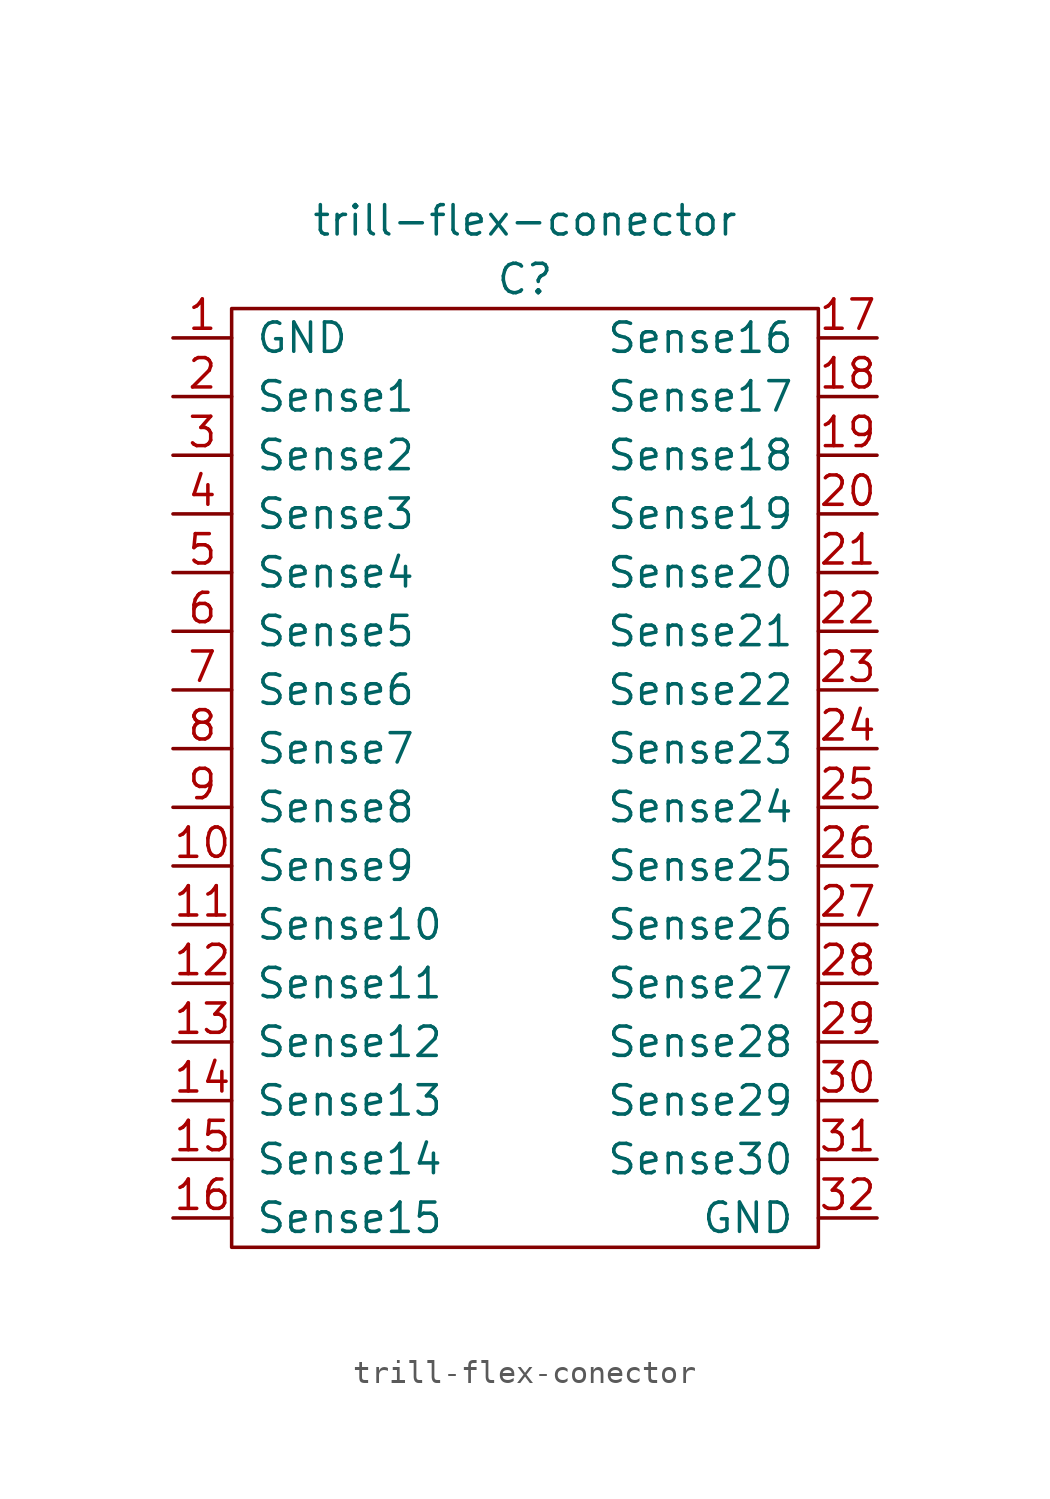
<source format=kicad_sym>
(kicad_symbol_lib
  (version 20220914)
  (generator kicad_symbol_editor)
  (symbol "trill-flex-conector"
    (pin_names
      (offset 1.016))
    (property "Reference" "C"
      (at 0 0 0)
      (effects (font (size 1.27 1.27))))
    (property "Value" "trill-flex-conector"
      (at 0 2.54 0)
      (effects (font (size 1.27 1.27))))
    (symbol "trill-flex-conector_0_1"
      (rectangle (start -12.7 -1.27) (end 12.7 -41.91) (stroke (width 0) (type solid)) (fill (type none))))
    (symbol "trill-flex-conector_1_1"
      (pin input line (at -15.24 -2.54 0) (length 2.54) (name "GND" (effects (font (size 1.27 1.27)))) (number "1" (effects (font (size 1.27 1.27)))))
      (pin input line (at -15.24 -25.4 0) (length 2.54) (name "Sense9" (effects (font (size 1.27 1.27)))) (number "10" (effects (font (size 1.27 1.27)))))
      (pin input line (at -15.24 -27.94 0) (length 2.54) (name "Sense10" (effects (font (size 1.27 1.27)))) (number "11" (effects (font (size 1.27 1.27)))))
      (pin input line (at -15.24 -30.48 0) (length 2.54) (name "Sense11" (effects (font (size 1.27 1.27)))) (number "12" (effects (font (size 1.27 1.27)))))
      (pin input line (at -15.24 -33.02 0) (length 2.54) (name "Sense12" (effects (font (size 1.27 1.27)))) (number "13" (effects (font (size 1.27 1.27)))))
      (pin input line (at -15.24 -35.56 0) (length 2.54) (name "Sense13" (effects (font (size 1.27 1.27)))) (number "14" (effects (font (size 1.27 1.27)))))
      (pin input line (at -15.24 -38.1 0) (length 2.54) (name "Sense14" (effects (font (size 1.27 1.27)))) (number "15" (effects (font (size 1.27 1.27)))))
      (pin input line (at -15.24 -40.64 0) (length 2.54) (name "Sense15" (effects (font (size 1.27 1.27)))) (number "16" (effects (font (size 1.27 1.27)))))
      (pin input line (at 15.24 -2.54 180) (length 2.54) (name "Sense16" (effects (font (size 1.27 1.27)))) (number "17" (effects (font (size 1.27 1.27)))))
      (pin input line (at 15.24 -5.08 180) (length 2.54) (name "Sense17" (effects (font (size 1.27 1.27)))) (number "18" (effects (font (size 1.27 1.27)))))
      (pin input line (at 15.24 -7.62 180) (length 2.54) (name "Sense18" (effects (font (size 1.27 1.27)))) (number "19" (effects (font (size 1.27 1.27)))))
      (pin input line (at -15.24 -5.08 0) (length 2.54) (name "Sense1" (effects (font (size 1.27 1.27)))) (number "2" (effects (font (size 1.27 1.27)))))
      (pin input line (at 15.24 -10.16 180) (length 2.54) (name "Sense19" (effects (font (size 1.27 1.27)))) (number "20" (effects (font (size 1.27 1.27)))))
      (pin input line (at 15.24 -12.7 180) (length 2.54) (name "Sense20" (effects (font (size 1.27 1.27)))) (number "21" (effects (font (size 1.27 1.27)))))
      (pin input line (at 15.24 -15.24 180) (length 2.54) (name "Sense21" (effects (font (size 1.27 1.27)))) (number "22" (effects (font (size 1.27 1.27)))))
      (pin input line (at 15.24 -17.78 180) (length 2.54) (name "Sense22" (effects (font (size 1.27 1.27)))) (number "23" (effects (font (size 1.27 1.27)))))
      (pin input line (at 15.24 -20.32 180) (length 2.54) (name "Sense23" (effects (font (size 1.27 1.27)))) (number "24" (effects (font (size 1.27 1.27)))))
      (pin input line (at 15.24 -22.86 180) (length 2.54) (name "Sense24" (effects (font (size 1.27 1.27)))) (number "25" (effects (font (size 1.27 1.27)))))
      (pin input line (at 15.24 -25.4 180) (length 2.54) (name "Sense25" (effects (font (size 1.27 1.27)))) (number "26" (effects (font (size 1.27 1.27)))))
      (pin input line (at 15.24 -27.94 180) (length 2.54) (name "Sense26" (effects (font (size 1.27 1.27)))) (number "27" (effects (font (size 1.27 1.27)))))
      (pin input line (at 15.24 -30.48 180) (length 2.54) (name "Sense27" (effects (font (size 1.27 1.27)))) (number "28" (effects (font (size 1.27 1.27)))))
      (pin input line (at 15.24 -33.02 180) (length 2.54) (name "Sense28" (effects (font (size 1.27 1.27)))) (number "29" (effects (font (size 1.27 1.27)))))
      (pin input line (at -15.24 -7.62 0) (length 2.54) (name "Sense2" (effects (font (size 1.27 1.27)))) (number "3" (effects (font (size 1.27 1.27)))))
      (pin input line (at 15.24 -35.56 180) (length 2.54) (name "Sense29" (effects (font (size 1.27 1.27)))) (number "30" (effects (font (size 1.27 1.27)))))
      (pin input line (at 15.24 -38.1 180) (length 2.54) (name "Sense30" (effects (font (size 1.27 1.27)))) (number "31" (effects (font (size 1.27 1.27)))))
      (pin input line (at 15.24 -40.64 180) (length 2.54) (name "GND" (effects (font (size 1.27 1.27)))) (number "32" (effects (font (size 1.27 1.27)))))
      (pin input line (at -15.24 -10.16 0) (length 2.54) (name "Sense3" (effects (font (size 1.27 1.27)))) (number "4" (effects (font (size 1.27 1.27)))))
      (pin input line (at -15.24 -12.7 0) (length 2.54) (name "Sense4" (effects (font (size 1.27 1.27)))) (number "5" (effects (font (size 1.27 1.27)))))
      (pin input line (at -15.24 -15.24 0) (length 2.54) (name "Sense5" (effects (font (size 1.27 1.27)))) (number "6" (effects (font (size 1.27 1.27)))))
      (pin input line (at -15.24 -17.78 0) (length 2.54) (name "Sense6" (effects (font (size 1.27 1.27)))) (number "7" (effects (font (size 1.27 1.27)))))
      (pin input line (at -15.24 -20.32 0) (length 2.54) (name "Sense7" (effects (font (size 1.27 1.27)))) (number "8" (effects (font (size 1.27 1.27)))))
      (pin input line (at -15.24 -22.86 0) (length 2.54) (name "Sense8" (effects (font (size 1.27 1.27)))) (number "9" (effects (font (size 1.27 1.27))))))))
</source>
